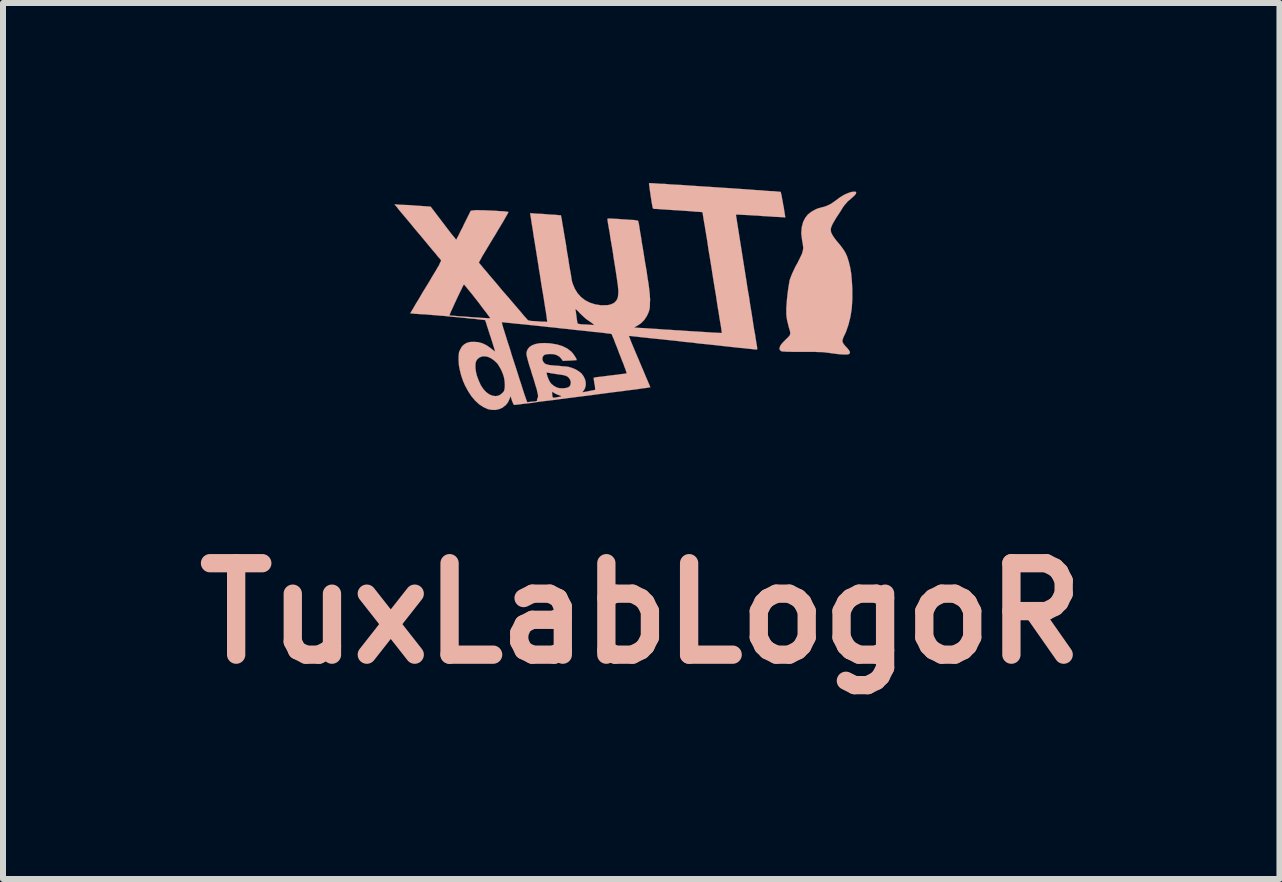
<source format=kicad_pcb>
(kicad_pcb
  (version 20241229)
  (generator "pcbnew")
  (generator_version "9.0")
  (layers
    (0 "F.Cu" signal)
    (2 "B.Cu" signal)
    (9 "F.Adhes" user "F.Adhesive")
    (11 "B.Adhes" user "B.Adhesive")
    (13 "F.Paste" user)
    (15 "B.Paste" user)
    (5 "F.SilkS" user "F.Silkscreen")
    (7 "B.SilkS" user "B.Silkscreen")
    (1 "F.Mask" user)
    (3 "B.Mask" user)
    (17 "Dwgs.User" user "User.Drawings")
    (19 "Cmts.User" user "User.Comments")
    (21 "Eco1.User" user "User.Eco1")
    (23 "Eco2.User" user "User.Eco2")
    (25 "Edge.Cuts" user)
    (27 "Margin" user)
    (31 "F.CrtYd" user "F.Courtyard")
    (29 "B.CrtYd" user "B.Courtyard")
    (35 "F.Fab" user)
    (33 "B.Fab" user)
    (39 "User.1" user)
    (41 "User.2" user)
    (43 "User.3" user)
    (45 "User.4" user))
  (footprint "TuxLabLogoR"
    (layer "F.Cu")
    (at 7.431 1.81)
    (property "Reference" "TuxLabLogoR" (at 0.203 5.359 0) (layer "B.SilkS") (effects (font (size 1.524 1.524) (thickness 0.305))))
    (attr through_hole)
    (fp_poly (pts (xy 3.785 -1.648) (xy 3.78 -1.631) (xy 3.764 -1.61) (xy 3.739 -1.585) (xy 3.701 -1.552) (xy 3.693 -1.544) (xy 3.665 -1.521) (xy 3.64 -1.499) (xy 3.617 -1.471) (xy 3.589 -1.44) (xy 3.561 -1.4) (xy 3.528 -1.346) (xy 3.495 -1.295) (xy 3.454 -1.234) (xy 3.426 -1.186) (xy 3.404 -1.148) (xy 3.386 -1.115) (xy 3.376 -1.09) (xy 3.368 -1.069) (xy 3.363 -1.049) (xy 3.363 -1.046) (xy 3.363 -1.013) (xy 3.371 -0.98) (xy 3.391 -0.942) (xy 3.419 -0.899) (xy 3.459 -0.846) (xy 3.475 -0.828) (xy 3.523 -0.77) (xy 3.561 -0.719) (xy 3.592 -0.673) (xy 3.614 -0.632) (xy 3.632 -0.592) (xy 3.635 -0.584) (xy 3.663 -0.495) (xy 3.686 -0.401) (xy 3.703 -0.297) (xy 3.713 -0.18) (xy 3.721 -0.051) (xy 3.721 -0.036) (xy 3.721 0.13) (xy 3.711 0.284) (xy 3.688 0.427) (xy 3.655 0.556) (xy 3.612 0.678) (xy 3.586 0.732) (xy 3.569 0.77) (xy 3.559 0.8) (xy 3.556 0.826) (xy 3.564 0.851) (xy 3.579 0.876) (xy 3.607 0.909) (xy 3.632 0.935) (xy 3.663 0.973) (xy 3.68 1.001) (xy 3.68 1.021) (xy 3.668 1.039) (xy 3.665 1.039) (xy 3.642 1.046) (xy 3.607 1.046) (xy 3.553 1.046) (xy 3.49 1.041) (xy 3.414 1.031) (xy 3.368 1.026) (xy 3.33 1.019) (xy 3.294 1.016) (xy 3.261 1.011) (xy 3.226 1.008) (xy 3.188 1.006) (xy 3.147 1.006) (xy 3.096 1.003) (xy 3.035 1.003) (xy 2.962 1.003) (xy 2.891 1.003) (xy 2.804 1.003) (xy 2.733 1.003) (xy 2.677 1.001) (xy 2.631 1.001) (xy 2.596 0.998) (xy 2.57 0.998) (xy 2.553 0.996) (xy 2.543 0.993) (xy 2.535 0.991) (xy 2.512 0.97) (xy 2.507 0.945) (xy 2.515 0.914) (xy 2.537 0.876) (xy 2.576 0.833) (xy 2.619 0.79) (xy 2.652 0.759) (xy 2.675 0.732) (xy 2.685 0.709) (xy 2.687 0.681) (xy 2.68 0.65) (xy 2.677 0.64) (xy 2.659 0.579) (xy 2.647 0.528) (xy 2.637 0.49) (xy 2.631 0.457) (xy 2.626 0.429) (xy 2.624 0.404) (xy 2.621 0.376) (xy 2.621 0.343) (xy 2.621 0.318) (xy 2.621 0.267) (xy 2.626 0.203) (xy 2.631 0.135) (xy 2.639 0.061) (xy 2.647 -0.008) (xy 2.657 -0.076) (xy 2.667 -0.137) (xy 2.675 -0.185) (xy 2.677 -0.193) (xy 2.692 -0.236) (xy 2.713 -0.29) (xy 2.741 -0.351) (xy 2.776 -0.424) (xy 2.804 -0.472) (xy 2.837 -0.538) (xy 2.863 -0.592) (xy 2.883 -0.635) (xy 2.893 -0.671) (xy 2.901 -0.706) (xy 2.903 -0.737) (xy 2.898 -0.772) (xy 2.893 -0.81) (xy 2.891 -0.815) (xy 2.878 -0.899) (xy 2.87 -0.973) (xy 2.875 -1.041) (xy 2.88 -1.082) (xy 2.901 -1.161) (xy 2.934 -1.227) (xy 2.977 -1.283) (xy 3.033 -1.328) (xy 3.071 -1.351) (xy 3.096 -1.364) (xy 3.117 -1.374) (xy 3.137 -1.384) (xy 3.165 -1.392) (xy 3.198 -1.402) (xy 3.241 -1.412) (xy 3.287 -1.427) (xy 3.327 -1.445) (xy 3.368 -1.466) (xy 3.411 -1.496) (xy 3.437 -1.514) (xy 3.515 -1.572) (xy 3.586 -1.615) (xy 3.65 -1.643) (xy 3.703 -1.661) (xy 3.747 -1.666) (xy 3.769 -1.666) (xy 3.78 -1.661) (xy 3.785 -1.651) (xy 3.785 -1.648)) (stroke (width 0.003) (type solid)) (fill yes) (layer "B.SilkS"))
    (fp_poly (pts (xy 2.603 -1.24) (xy 2.603 -1.237) (xy 2.596 -1.237) (xy 2.57 -1.24) (xy 2.535 -1.242) (xy 2.484 -1.245) (xy 2.426 -1.247) (xy 2.36 -1.252) (xy 2.283 -1.257) (xy 2.225 -1.26) (xy 2.146 -1.267) (xy 2.07 -1.27) (xy 2.002 -1.275) (xy 1.941 -1.278) (xy 1.89 -1.28) (xy 1.849 -1.283) (xy 1.824 -1.285) (xy 1.814 -1.283) (xy 1.781 -1.283) (xy 1.956 -0.18) (xy 1.976 -0.046) (xy 1.999 0.081) (xy 2.017 0.206) (xy 2.037 0.325) (xy 2.055 0.437) (xy 2.07 0.538) (xy 2.085 0.632) (xy 2.101 0.716) (xy 2.111 0.787) (xy 2.121 0.846) (xy 2.129 0.892) (xy 2.134 0.922) (xy 2.136 0.94) (xy 2.136 0.958) (xy 2.129 0.963) (xy 2.116 0.965) (xy 2.106 0.963) (xy 2.078 0.96) (xy 2.035 0.955) (xy 1.979 0.95) (xy 1.913 0.942) (xy 1.831 0.935) (xy 1.742 0.925) (xy 1.641 0.914) (xy 1.532 0.902) (xy 1.417 0.889) (xy 1.295 0.876) (xy 1.166 0.864) (xy 1.049 0.848) (xy 0.917 0.836) (xy 0.79 0.82) (xy 0.671 0.808) (xy 0.556 0.795) (xy 0.45 0.785) (xy 0.351 0.775) (xy 0.264 0.765) (xy 0.185 0.757) (xy 0.122 0.749) (xy 0.069 0.744) (xy 0.03 0.739) (xy 0.008 0.737) (xy 0 0.737) (xy 0 0.744) (xy 0.01 0.767) (xy 0.023 0.803) (xy 0.041 0.848) (xy 0.064 0.904) (xy 0.091 0.968) (xy 0.122 1.041) (xy 0.155 1.118) (xy 0.175 1.166) (xy 0.208 1.245) (xy 0.241 1.321) (xy 0.269 1.389) (xy 0.295 1.45) (xy 0.318 1.504) (xy 0.335 1.544) (xy 0.348 1.575) (xy 0.353 1.59) (xy 0.353 1.595) (xy 0.345 1.595) (xy 0.32 1.598) (xy 0.282 1.605) (xy 0.231 1.61) (xy 0.165 1.621) (xy 0.091 1.631) (xy 0.008 1.641) (xy -0.038 1.646) (xy -0.038 1.361) (xy -0.041 1.351) (xy -0.048 1.331) (xy -0.058 1.298) (xy -0.076 1.252) (xy -0.094 1.201) (xy -0.117 1.146) (xy -0.14 1.085) (xy -0.165 1.024) (xy -0.188 0.96) (xy -0.211 0.902) (xy -0.234 0.846) (xy -0.251 0.798) (xy -0.269 0.757) (xy -0.282 0.726) (xy -0.29 0.709) (xy -0.29 0.704) (xy -0.3 0.704) (xy -0.323 0.699) (xy -0.361 0.696) (xy -0.414 0.688) (xy -0.475 0.681) (xy -0.549 0.673) (xy -0.584 0.671) (xy -0.584 0.554) (xy -0.584 0.551) (xy -0.592 0.544) (xy -0.612 0.528) (xy -0.638 0.508) (xy -0.665 0.49) (xy -0.719 0.452) (xy -0.772 0.404) (xy -0.815 0.363) (xy -0.843 0.333) (xy -0.866 0.31) (xy -0.884 0.295) (xy -0.892 0.287) (xy -0.892 0.297) (xy -0.889 0.318) (xy -0.884 0.351) (xy -0.879 0.386) (xy -0.874 0.424) (xy -0.869 0.462) (xy -0.864 0.495) (xy -0.859 0.516) (xy -0.859 0.521) (xy -0.856 0.528) (xy -0.851 0.533) (xy -0.838 0.536) (xy -0.818 0.541) (xy -0.787 0.544) (xy -0.742 0.546) (xy -0.729 0.546) (xy -0.683 0.549) (xy -0.645 0.551) (xy -0.615 0.554) (xy -0.597 0.556) (xy -0.592 0.556) (xy -0.584 0.554) (xy -0.584 0.671) (xy -0.63 0.665) (xy -0.719 0.655) (xy -0.815 0.645) (xy -0.917 0.635) (xy -1.021 0.622) (xy -1.128 0.612) (xy -1.234 0.599) (xy -1.341 0.589) (xy -1.448 0.577) (xy -1.549 0.566) (xy -1.648 0.556) (xy -1.74 0.546) (xy -1.826 0.538) (xy -1.902 0.531) (xy -1.971 0.523) (xy -2.027 0.518) (xy -2.073 0.513) (xy -2.103 0.511) (xy -2.118 0.508) (xy -2.121 0.508) (xy -2.118 0.518) (xy -2.113 0.541) (xy -2.103 0.579) (xy -2.088 0.627) (xy -2.07 0.686) (xy -2.047 0.757) (xy -2.024 0.833) (xy -1.996 0.917) (xy -1.968 1.006) (xy -1.961 1.034) (xy -1.918 1.166) (xy -1.88 1.283) (xy -1.847 1.387) (xy -1.819 1.476) (xy -1.793 1.554) (xy -1.773 1.618) (xy -1.755 1.674) (xy -1.74 1.72) (xy -1.727 1.755) (xy -1.717 1.786) (xy -1.709 1.806) (xy -1.704 1.821) (xy -1.699 1.834) (xy -1.697 1.839) (xy -1.694 1.841) (xy -1.692 1.844) (xy -1.689 1.841) (xy -1.687 1.841) (xy -1.671 1.839) (xy -1.643 1.836) (xy -1.61 1.831) (xy -1.6 1.831) (xy -1.565 1.829) (xy -1.544 1.824) (xy -1.534 1.819) (xy -1.532 1.811) (xy -1.532 1.793) (xy -1.524 1.778) (xy -1.519 1.765) (xy -1.516 1.75) (xy -1.516 1.727) (xy -1.521 1.702) (xy -1.529 1.666) (xy -1.539 1.621) (xy -1.557 1.565) (xy -1.577 1.496) (xy -1.603 1.412) (xy -1.608 1.4) (xy -1.633 1.316) (xy -1.656 1.245) (xy -1.674 1.186) (xy -1.687 1.138) (xy -1.697 1.1) (xy -1.704 1.072) (xy -1.707 1.049) (xy -1.709 1.029) (xy -1.707 1.013) (xy -1.707 1.006) (xy -1.689 0.96) (xy -1.659 0.922) (xy -1.613 0.892) (xy -1.554 0.871) (xy -1.486 0.859) (xy -1.405 0.856) (xy -1.311 0.861) (xy -1.293 0.864) (xy -1.194 0.881) (xy -1.105 0.909) (xy -1.029 0.947) (xy -0.965 0.996) (xy -0.96 1.003) (xy -0.937 1.026) (xy -0.917 1.054) (xy -0.897 1.085) (xy -0.881 1.11) (xy -0.874 1.13) (xy -0.874 1.14) (xy -0.884 1.143) (xy -0.907 1.143) (xy -0.942 1.146) (xy -0.983 1.148) (xy -0.993 1.148) (xy -1.105 1.153) (xy -1.123 1.123) (xy -1.158 1.085) (xy -1.204 1.057) (xy -1.26 1.041) (xy -1.326 1.039) (xy -1.354 1.041) (xy -1.387 1.046) (xy -1.41 1.054) (xy -1.425 1.067) (xy -1.427 1.069) (xy -1.443 1.1) (xy -1.443 1.133) (xy -1.43 1.166) (xy -1.417 1.181) (xy -1.405 1.196) (xy -1.387 1.206) (xy -1.361 1.214) (xy -1.328 1.222) (xy -1.285 1.227) (xy -1.227 1.232) (xy -1.184 1.234) (xy -1.135 1.24) (xy -1.087 1.245) (xy -1.046 1.247) (xy -1.016 1.252) (xy -1.011 1.252) (xy -0.95 1.27) (xy -0.889 1.295) (xy -0.836 1.328) (xy -0.795 1.359) (xy -0.759 1.407) (xy -0.734 1.458) (xy -0.721 1.511) (xy -0.721 1.562) (xy -0.734 1.61) (xy -0.759 1.654) (xy -0.762 1.656) (xy -0.772 1.669) (xy -0.775 1.676) (xy -0.772 1.676) (xy -0.759 1.674) (xy -0.734 1.669) (xy -0.701 1.664) (xy -0.665 1.656) (xy -0.627 1.648) (xy -0.597 1.643) (xy -0.574 1.638) (xy -0.564 1.633) (xy -0.564 1.623) (xy -0.566 1.6) (xy -0.569 1.567) (xy -0.577 1.532) (xy -0.582 1.494) (xy -0.587 1.463) (xy -0.589 1.44) (xy -0.589 1.433) (xy -0.582 1.433) (xy -0.556 1.427) (xy -0.521 1.422) (xy -0.472 1.417) (xy -0.417 1.41) (xy -0.356 1.402) (xy -0.315 1.397) (xy -0.249 1.389) (xy -0.188 1.382) (xy -0.135 1.374) (xy -0.091 1.369) (xy -0.058 1.364) (xy -0.041 1.361) (xy -0.038 1.361) (xy -0.038 1.646) (xy -0.084 1.654) (xy -0.185 1.666) (xy -0.29 1.679) (xy -0.401 1.694) (xy -0.518 1.709) (xy -0.635 1.725) (xy -0.754 1.74) (xy -0.874 1.755) (xy -0.97 1.768) (xy -0.97 1.506) (xy -0.98 1.471) (xy -1.001 1.438) (xy -1.006 1.433) (xy -1.026 1.415) (xy -1.052 1.402) (xy -1.087 1.392) (xy -1.133 1.384) (xy -1.171 1.379) (xy -1.217 1.372) (xy -1.265 1.364) (xy -1.306 1.359) (xy -1.311 1.356) (xy -1.341 1.351) (xy -1.364 1.349) (xy -1.377 1.349) (xy -1.374 1.356) (xy -1.369 1.377) (xy -1.361 1.405) (xy -1.351 1.435) (xy -1.339 1.463) (xy -1.328 1.486) (xy -1.328 1.488) (xy -1.298 1.532) (xy -1.252 1.57) (xy -1.199 1.598) (xy -1.158 1.608) (xy -1.125 1.61) (xy -1.085 1.61) (xy -1.046 1.603) (xy -1.016 1.595) (xy -1.011 1.593) (xy -0.986 1.572) (xy -0.973 1.542) (xy -0.97 1.506) (xy -0.97 1.768) (xy -0.993 1.77) (xy -1.107 1.786) (xy -1.13 1.788) (xy -1.13 1.742) (xy -1.135 1.737) (xy -1.151 1.73) (xy -1.161 1.727) (xy -1.189 1.717) (xy -1.222 1.702) (xy -1.24 1.692) (xy -1.283 1.666) (xy -1.28 1.707) (xy -1.278 1.737) (xy -1.273 1.755) (xy -1.265 1.765) (xy -1.25 1.768) (xy -1.222 1.763) (xy -1.194 1.758) (xy -1.163 1.753) (xy -1.14 1.748) (xy -1.13 1.742) (xy -1.13 1.788) (xy -1.222 1.801) (xy -1.331 1.814) (xy -1.433 1.826) (xy -1.529 1.839) (xy -1.615 1.852) (xy -1.694 1.862) (xy -1.763 1.869) (xy -1.819 1.877) (xy -1.864 1.882) (xy -1.892 1.885) (xy -1.908 1.887) (xy -1.918 1.885) (xy -1.925 1.875) (xy -1.935 1.854) (xy -1.948 1.821) (xy -1.951 1.814) (xy -1.974 1.74) (xy -1.989 1.783) (xy -2.017 1.844) (xy -2.057 1.895) (xy -2.07 1.902) (xy -2.07 1.542) (xy -2.073 1.494) (xy -2.08 1.448) (xy -2.085 1.422) (xy -2.103 1.367) (xy -2.126 1.311) (xy -2.154 1.26) (xy -2.182 1.214) (xy -2.2 1.191) (xy -2.248 1.146) (xy -2.299 1.11) (xy -2.349 1.087) (xy -2.4 1.077) (xy -2.446 1.079) (xy -2.489 1.095) (xy -2.525 1.123) (xy -2.545 1.153) (xy -2.555 1.184) (xy -2.56 1.227) (xy -2.558 1.28) (xy -2.55 1.336) (xy -2.537 1.392) (xy -2.535 1.4) (xy -2.504 1.483) (xy -2.469 1.56) (xy -2.428 1.621) (xy -2.383 1.671) (xy -2.332 1.709) (xy -2.281 1.732) (xy -2.228 1.74) (xy -2.182 1.735) (xy -2.141 1.714) (xy -2.106 1.684) (xy -2.083 1.656) (xy -2.075 1.628) (xy -2.07 1.59) (xy -2.07 1.542) (xy -2.07 1.902) (xy -2.108 1.933) (xy -2.167 1.958) (xy -2.23 1.971) (xy -2.299 1.968) (xy -2.355 1.956) (xy -2.426 1.923) (xy -2.497 1.877) (xy -2.563 1.816) (xy -2.626 1.742) (xy -2.682 1.656) (xy -2.733 1.562) (xy -2.764 1.491) (xy -2.797 1.394) (xy -2.819 1.306) (xy -2.835 1.222) (xy -2.84 1.138) (xy -2.84 1.125) (xy -2.84 1.079) (xy -2.837 1.049) (xy -2.835 1.024) (xy -2.83 1.003) (xy -2.822 0.983) (xy -2.812 0.963) (xy -2.784 0.914) (xy -2.748 0.879) (xy -2.703 0.853) (xy -2.647 0.838) (xy -2.581 0.836) (xy -2.51 0.841) (xy -2.441 0.861) (xy -2.372 0.894) (xy -2.304 0.942) (xy -2.278 0.963) (xy -2.256 0.98) (xy -2.238 0.993) (xy -2.23 0.996) (xy -2.233 0.988) (xy -2.24 0.968) (xy -2.25 0.932) (xy -2.263 0.892) (xy -2.278 0.841) (xy -2.296 0.787) (xy -2.311 0.737) (xy -2.311 0.442) (xy -2.316 0.434) (xy -2.329 0.417) (xy -2.352 0.386) (xy -2.38 0.348) (xy -2.416 0.302) (xy -2.456 0.249) (xy -2.499 0.191) (xy -2.527 0.155) (xy -2.573 0.097) (xy -2.616 0.041) (xy -2.657 -0.008) (xy -2.69 -0.048) (xy -2.718 -0.084) (xy -2.738 -0.107) (xy -2.748 -0.119) (xy -2.751 -0.119) (xy -2.758 -0.109) (xy -2.771 -0.086) (xy -2.786 -0.053) (xy -2.807 -0.01) (xy -2.83 0.036) (xy -2.855 0.089) (xy -2.88 0.142) (xy -2.906 0.198) (xy -2.929 0.249) (xy -2.951 0.297) (xy -2.969 0.335) (xy -2.982 0.368) (xy -2.99 0.389) (xy -2.992 0.396) (xy -2.982 0.396) (xy -2.959 0.399) (xy -2.924 0.401) (xy -2.875 0.406) (xy -2.822 0.411) (xy -2.761 0.414) (xy -2.697 0.419) (xy -2.631 0.424) (xy -2.565 0.429) (xy -2.504 0.432) (xy -2.446 0.437) (xy -2.395 0.439) (xy -2.357 0.442) (xy -2.327 0.442) (xy -2.314 0.442) (xy -2.311 0.442) (xy -2.311 0.737) (xy -2.314 0.732) (xy -2.332 0.676) (xy -2.349 0.622) (xy -2.365 0.574) (xy -2.377 0.533) (xy -2.388 0.5) (xy -2.395 0.483) (xy -2.398 0.475) (xy -2.408 0.472) (xy -2.433 0.47) (xy -2.471 0.465) (xy -2.52 0.46) (xy -2.578 0.452) (xy -2.647 0.447) (xy -2.718 0.439) (xy -2.797 0.432) (xy -2.875 0.424) (xy -2.957 0.417) (xy -3.035 0.409) (xy -3.111 0.401) (xy -3.185 0.396) (xy -3.251 0.391) (xy -3.307 0.386) (xy -3.33 0.384) (xy -3.401 0.378) (xy -3.467 0.376) (xy -3.523 0.371) (xy -3.574 0.368) (xy -3.609 0.363) (xy -3.635 0.363) (xy -3.645 0.361) (xy -3.64 0.353) (xy -3.63 0.333) (xy -3.609 0.3) (xy -3.584 0.257) (xy -3.553 0.203) (xy -3.515 0.142) (xy -3.475 0.074) (xy -3.432 0) (xy -3.386 -0.074) (xy -3.33 -0.165) (xy -3.284 -0.244) (xy -3.246 -0.307) (xy -3.213 -0.361) (xy -3.188 -0.406) (xy -3.167 -0.439) (xy -3.155 -0.467) (xy -3.145 -0.488) (xy -3.137 -0.503) (xy -3.134 -0.513) (xy -3.132 -0.521) (xy -3.134 -0.526) (xy -3.134 -0.528) (xy -3.142 -0.536) (xy -3.16 -0.559) (xy -3.188 -0.589) (xy -3.221 -0.632) (xy -3.264 -0.681) (xy -3.312 -0.739) (xy -3.365 -0.803) (xy -3.424 -0.874) (xy -3.485 -0.947) (xy -3.528 -0.998) (xy -3.592 -1.074) (xy -3.65 -1.146) (xy -3.706 -1.212) (xy -3.757 -1.273) (xy -3.802 -1.326) (xy -3.84 -1.372) (xy -3.868 -1.41) (xy -3.891 -1.435) (xy -3.904 -1.45) (xy -3.907 -1.453) (xy -3.896 -1.455) (xy -3.873 -1.453) (xy -3.835 -1.45) (xy -3.79 -1.448) (xy -3.731 -1.445) (xy -3.668 -1.443) (xy -3.604 -1.438) (xy -3.305 -1.417) (xy -3.094 -1.14) (xy -3.048 -1.079) (xy -3.007 -1.026) (xy -2.969 -0.975) (xy -2.936 -0.935) (xy -2.908 -0.902) (xy -2.891 -0.879) (xy -2.88 -0.869) (xy -2.878 -0.866) (xy -2.873 -0.876) (xy -2.863 -0.897) (xy -2.845 -0.93) (xy -2.824 -0.973) (xy -2.799 -1.024) (xy -2.769 -1.079) (xy -2.756 -1.11) (xy -2.637 -1.349) (xy -2.573 -1.356) (xy -2.55 -1.359) (xy -2.515 -1.359) (xy -2.471 -1.356) (xy -2.418 -1.356) (xy -2.36 -1.354) (xy -2.299 -1.351) (xy -2.238 -1.349) (xy -2.179 -1.344) (xy -2.123 -1.341) (xy -2.078 -1.339) (xy -2.042 -1.333) (xy -2.017 -1.331) (xy -2.009 -1.328) (xy -2.012 -1.321) (xy -2.022 -1.3) (xy -2.042 -1.265) (xy -2.068 -1.219) (xy -2.101 -1.161) (xy -2.141 -1.095) (xy -2.187 -1.019) (xy -2.238 -0.932) (xy -2.253 -0.909) (xy -2.299 -0.833) (xy -2.342 -0.762) (xy -2.383 -0.693) (xy -2.418 -0.635) (xy -2.449 -0.584) (xy -2.471 -0.541) (xy -2.489 -0.511) (xy -2.499 -0.49) (xy -2.502 -0.485) (xy -2.497 -0.478) (xy -2.479 -0.457) (xy -2.456 -0.429) (xy -2.423 -0.389) (xy -2.383 -0.343) (xy -2.339 -0.29) (xy -2.289 -0.231) (xy -2.235 -0.168) (xy -2.179 -0.102) (xy -2.123 -0.033) (xy -2.065 0.033) (xy -2.007 0.099) (xy -1.951 0.165) (xy -1.897 0.229) (xy -1.849 0.284) (xy -1.803 0.338) (xy -1.765 0.384) (xy -1.735 0.419) (xy -1.709 0.447) (xy -1.694 0.465) (xy -1.692 0.467) (xy -1.684 0.475) (xy -1.671 0.48) (xy -1.654 0.483) (xy -1.628 0.488) (xy -1.59 0.49) (xy -1.539 0.493) (xy -1.521 0.495) (xy -1.471 0.498) (xy -1.427 0.5) (xy -1.394 0.5) (xy -1.372 0.503) (xy -1.361 0.5) (xy -1.364 0.493) (xy -1.367 0.467) (xy -1.372 0.429) (xy -1.379 0.378) (xy -1.389 0.312) (xy -1.402 0.236) (xy -1.415 0.15) (xy -1.43 0.056) (xy -1.448 -0.046) (xy -1.466 -0.157) (xy -1.483 -0.272) (xy -1.504 -0.394) (xy -1.504 -0.404) (xy -1.524 -0.526) (xy -1.542 -0.64) (xy -1.56 -0.752) (xy -1.577 -0.856) (xy -1.593 -0.953) (xy -1.605 -1.039) (xy -1.618 -1.115) (xy -1.628 -1.181) (xy -1.636 -1.234) (xy -1.643 -1.273) (xy -1.646 -1.298) (xy -1.648 -1.308) (xy -1.638 -1.308) (xy -1.615 -1.306) (xy -1.58 -1.303) (xy -1.537 -1.3) (xy -1.483 -1.298) (xy -1.43 -1.295) (xy -1.372 -1.29) (xy -1.316 -1.285) (xy -1.262 -1.283) (xy -1.217 -1.28) (xy -1.176 -1.275) (xy -1.151 -1.273) (xy -1.135 -1.273) (xy -1.133 -1.273) (xy -1.133 -1.262) (xy -1.128 -1.24) (xy -1.12 -1.201) (xy -1.113 -1.151) (xy -1.102 -1.09) (xy -1.09 -1.019) (xy -1.077 -0.94) (xy -1.062 -0.853) (xy -1.046 -0.762) (xy -1.044 -0.737) (xy -1.029 -0.643) (xy -1.013 -0.554) (xy -1.001 -0.47) (xy -0.988 -0.391) (xy -0.975 -0.323) (xy -0.965 -0.264) (xy -0.958 -0.218) (xy -0.953 -0.185) (xy -0.947 -0.165) (xy -0.94 -0.137) (xy -0.925 -0.102) (xy -0.909 -0.064) (xy -0.904 -0.051) (xy -0.859 0.023) (xy -0.8 0.089) (xy -0.732 0.142) (xy -0.653 0.183) (xy -0.564 0.211) (xy -0.47 0.226) (xy -0.419 0.226) (xy -0.353 0.224) (xy -0.3 0.211) (xy -0.257 0.191) (xy -0.236 0.175) (xy -0.213 0.15) (xy -0.196 0.122) (xy -0.185 0.089) (xy -0.18 0.043) (xy -0.178 0.015) (xy -0.178 0) (xy -0.178 -0.02) (xy -0.18 -0.041) (xy -0.183 -0.069) (xy -0.185 -0.099) (xy -0.191 -0.14) (xy -0.198 -0.188) (xy -0.206 -0.244) (xy -0.216 -0.312) (xy -0.229 -0.394) (xy -0.244 -0.488) (xy -0.262 -0.597) (xy -0.264 -0.622) (xy -0.279 -0.716) (xy -0.295 -0.808) (xy -0.31 -0.892) (xy -0.32 -0.97) (xy -0.333 -1.039) (xy -0.343 -1.097) (xy -0.351 -1.143) (xy -0.356 -1.176) (xy -0.358 -1.196) (xy -0.358 -1.199) (xy -0.361 -1.212) (xy -0.353 -1.217) (xy -0.335 -1.219) (xy -0.328 -1.219) (xy -0.31 -1.217) (xy -0.277 -1.217) (xy -0.234 -1.214) (xy -0.18 -1.212) (xy -0.122 -1.206) (xy -0.069 -1.204) (xy -0.003 -1.199) (xy 0.048 -1.196) (xy 0.086 -1.194) (xy 0.114 -1.189) (xy 0.135 -1.186) (xy 0.145 -1.184) (xy 0.152 -1.179) (xy 0.155 -1.173) (xy 0.155 -1.171) (xy 0.157 -1.161) (xy 0.163 -1.135) (xy 0.17 -1.095) (xy 0.178 -1.041) (xy 0.188 -0.978) (xy 0.201 -0.904) (xy 0.213 -0.82) (xy 0.229 -0.732) (xy 0.244 -0.638) (xy 0.254 -0.574) (xy 0.272 -0.462) (xy 0.29 -0.363) (xy 0.302 -0.279) (xy 0.312 -0.208) (xy 0.323 -0.147) (xy 0.33 -0.094) (xy 0.335 -0.051) (xy 0.34 -0.015) (xy 0.343 0.015) (xy 0.345 0.041) (xy 0.348 0.066) (xy 0.348 0.091) (xy 0.351 0.117) (xy 0.351 0.135) (xy 0.348 0.198) (xy 0.348 0.246) (xy 0.343 0.287) (xy 0.333 0.323) (xy 0.32 0.358) (xy 0.302 0.396) (xy 0.297 0.406) (xy 0.254 0.472) (xy 0.198 0.528) (xy 0.135 0.569) (xy 0.107 0.584) (xy 0.091 0.594) (xy 0.089 0.599) (xy 0.099 0.599) (xy 0.109 0.599) (xy 0.122 0.599) (xy 0.15 0.602) (xy 0.193 0.605) (xy 0.249 0.607) (xy 0.315 0.612) (xy 0.394 0.617) (xy 0.48 0.622) (xy 0.574 0.63) (xy 0.676 0.635) (xy 0.782 0.643) (xy 0.841 0.645) (xy 0.947 0.653) (xy 1.052 0.66) (xy 1.148 0.665) (xy 1.237 0.671) (xy 1.316 0.676) (xy 1.387 0.681) (xy 1.445 0.683) (xy 1.494 0.686) (xy 1.527 0.688) (xy 1.544 0.688) (xy 1.547 0.688) (xy 1.547 0.681) (xy 1.542 0.655) (xy 1.537 0.617) (xy 1.529 0.566) (xy 1.519 0.505) (xy 1.506 0.432) (xy 1.494 0.348) (xy 1.478 0.259) (xy 1.463 0.16) (xy 1.448 0.058) (xy 1.43 -0.048) (xy 1.412 -0.157) (xy 1.394 -0.269) (xy 1.377 -0.381) (xy 1.359 -0.493) (xy 1.341 -0.602) (xy 1.323 -0.709) (xy 1.308 -0.813) (xy 1.293 -0.909) (xy 1.278 -0.998) (xy 1.265 -1.079) (xy 1.252 -1.151) (xy 1.242 -1.212) (xy 1.234 -1.262) (xy 1.229 -1.298) (xy 1.224 -1.318) (xy 1.224 -1.326) (xy 1.214 -1.326) (xy 1.191 -1.328) (xy 1.153 -1.331) (xy 1.105 -1.333) (xy 1.046 -1.339) (xy 0.978 -1.344) (xy 0.902 -1.349) (xy 0.826 -1.354) (xy 0.744 -1.359) (xy 0.668 -1.364) (xy 0.597 -1.369) (xy 0.536 -1.372) (xy 0.485 -1.377) (xy 0.447 -1.379) (xy 0.419 -1.379) (xy 0.409 -1.382) (xy 0.404 -1.384) (xy 0.399 -1.389) (xy 0.394 -1.4) (xy 0.391 -1.417) (xy 0.386 -1.445) (xy 0.378 -1.483) (xy 0.371 -1.534) (xy 0.361 -1.595) (xy 0.353 -1.654) (xy 0.345 -1.704) (xy 0.34 -1.748) (xy 0.335 -1.783) (xy 0.333 -1.803) (xy 0.333 -1.808) (xy 0.343 -1.808) (xy 0.366 -1.808) (xy 0.406 -1.806) (xy 0.457 -1.803) (xy 0.521 -1.798) (xy 0.597 -1.796) (xy 0.681 -1.788) (xy 0.775 -1.783) (xy 0.874 -1.778) (xy 0.98 -1.77) (xy 1.092 -1.763) (xy 1.206 -1.755) (xy 1.323 -1.748) (xy 1.44 -1.74) (xy 1.56 -1.732) (xy 1.674 -1.725) (xy 1.788 -1.717) (xy 1.9 -1.709) (xy 2.004 -1.702) (xy 2.103 -1.694) (xy 2.195 -1.689) (xy 2.278 -1.681) (xy 2.352 -1.676) (xy 2.413 -1.674) (xy 2.464 -1.669) (xy 2.499 -1.666) (xy 2.522 -1.664) (xy 2.527 -1.664) (xy 2.53 -1.654) (xy 2.535 -1.631) (xy 2.543 -1.598) (xy 2.55 -1.554) (xy 2.56 -1.506) (xy 2.568 -1.455) (xy 2.578 -1.405) (xy 2.586 -1.354) (xy 2.593 -1.311) (xy 2.598 -1.275) (xy 2.603 -1.25) (xy 2.603 -1.24)) (stroke (width 0.003) (type solid)) (fill yes) (layer "B.SilkS")))
  (gr_rect
    (start -3 -3)
    (end 18.269 11.596)
    (stroke (width 0.1) (type default))
    (fill no)
    (layer "Edge.Cuts")))
</source>
